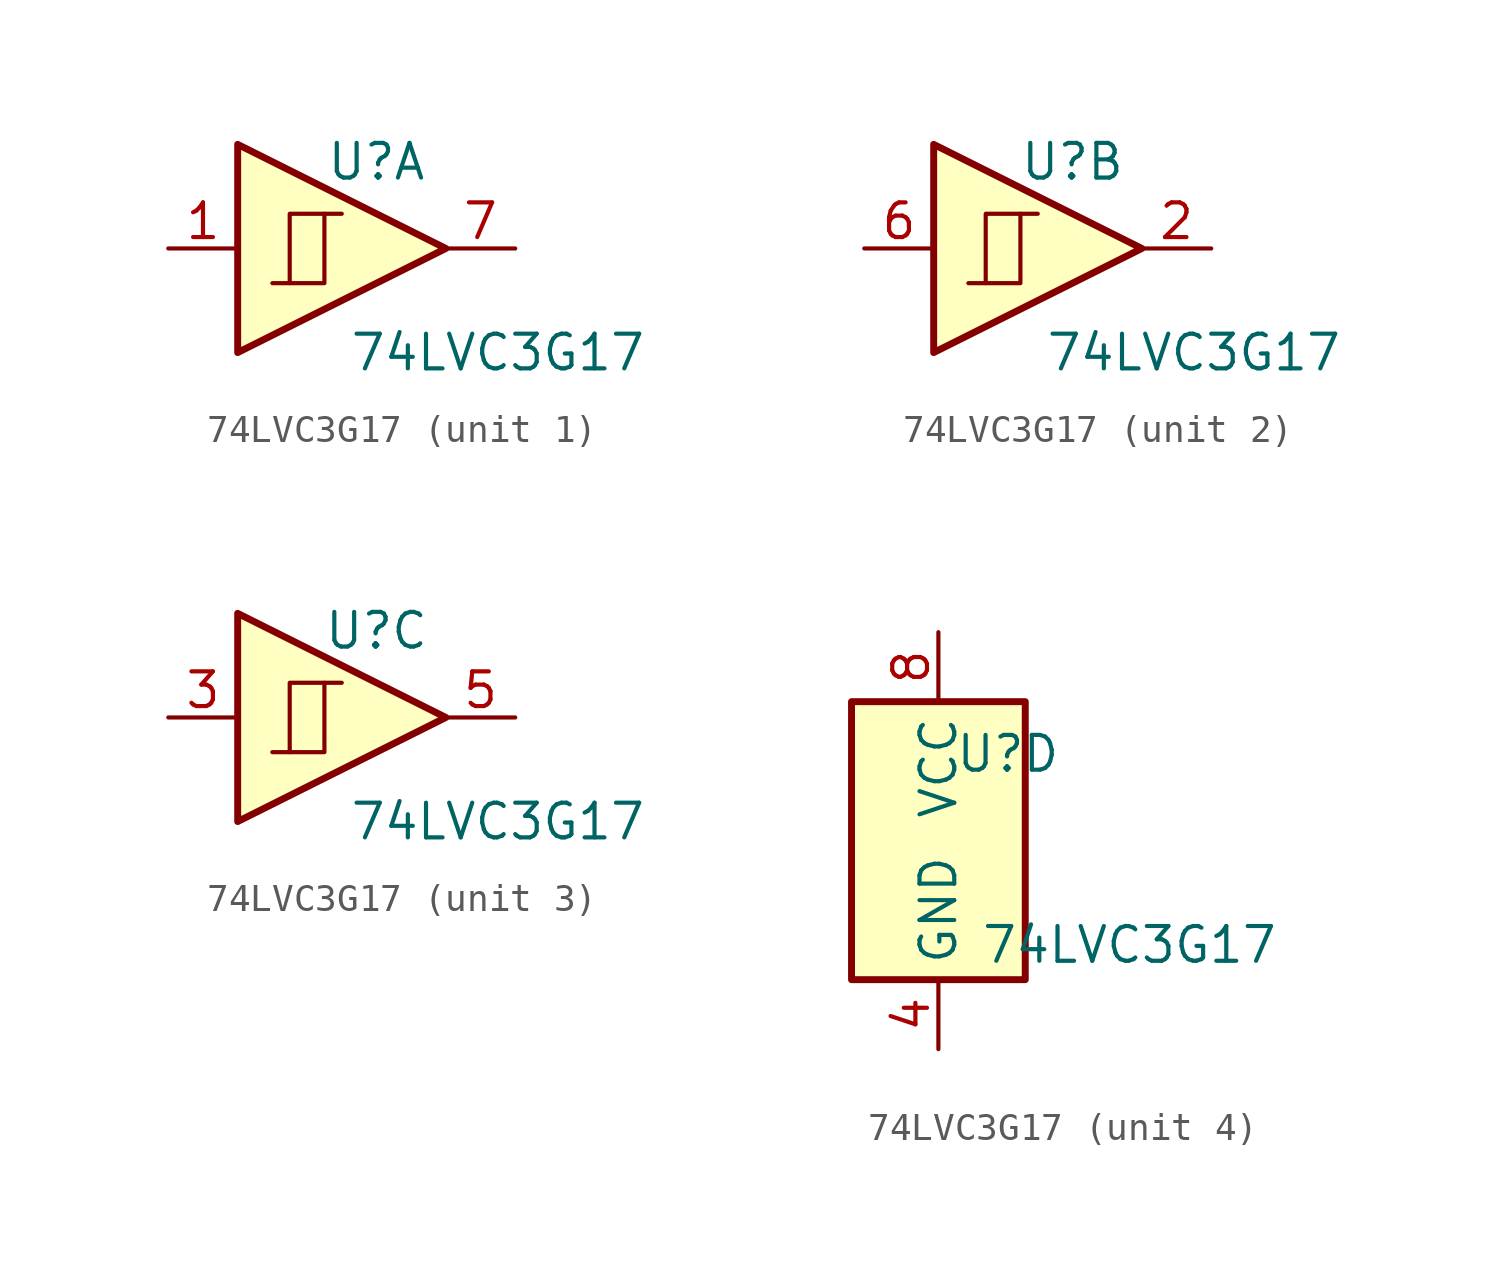
<source format=kicad_sym>
(kicad_symbol_lib
  (version 20220914)
  (generator kicad_symbol_editor)
  (symbol "74LVC3G17"
    (property "Reference" "U"
      (at 2.54 3.175 0)
      (effects (font (size 1.27 1.27))))
    (property "Value" "74LVC3G17"
      (at 6.985 -3.81 0)
      (effects (font (size 1.27 1.27))))
    (symbol "74LVC3G17_1_0"
      (polyline (pts (xy -2.54 3.81) (xy -2.54 -3.81) (xy 5.08 0) (xy -2.54 3.81)) (stroke (width 0.254) (type default)) (fill (type background))))
    (symbol "74LVC3G17_1_1"
      (polyline (pts (xy -0.635 -1.27) (xy -0.635 1.27) (xy 0.635 1.27)) (stroke (width 0) (type default)) (fill (type none)))
      (polyline (pts (xy -1.27 -1.27) (xy 0.635 -1.27) (xy 0.635 1.27) (xy 1.27 1.27)) (stroke (width 0) (type default)) (fill (type none)))
      (pin input line (at -5.08 0 0) (length 2.54) (name "~" (effects (font (size 1.27 1.27)))) (number "1" (effects (font (size 1.27 1.27)))))
      (pin output line (at 7.62 0 180) (length 2.54) (name "~" (effects (font (size 1.27 1.27)))) (number "7" (effects (font (size 1.27 1.27))))))
    (symbol "74LVC3G17_2_0"
      (polyline (pts (xy -2.54 3.81) (xy -2.54 -3.81) (xy 5.08 0) (xy -2.54 3.81)) (stroke (width 0.254) (type default)) (fill (type background))))
    (symbol "74LVC3G17_2_1"
      (polyline (pts (xy -0.635 -1.27) (xy -0.635 1.27) (xy 0.635 1.27)) (stroke (width 0) (type default)) (fill (type none)))
      (polyline (pts (xy -1.27 -1.27) (xy 0.635 -1.27) (xy 0.635 1.27) (xy 1.27 1.27)) (stroke (width 0) (type default)) (fill (type none)))
      (pin output line (at 7.62 0 180) (length 2.54) (name "~" (effects (font (size 1.27 1.27)))) (number "2" (effects (font (size 1.27 1.27)))))
      (pin input line (at -5.08 0 0) (length 2.54) (name "~" (effects (font (size 1.27 1.27)))) (number "6" (effects (font (size 1.27 1.27))))))
    (symbol "74LVC3G17_3_0"
      (polyline (pts (xy -2.54 3.81) (xy -2.54 -3.81) (xy 5.08 0) (xy -2.54 3.81)) (stroke (width 0.254) (type default)) (fill (type background))))
    (symbol "74LVC3G17_3_1"
      (polyline (pts (xy -0.635 -1.27) (xy -0.635 1.27) (xy 0.635 1.27)) (stroke (width 0) (type default)) (fill (type none)))
      (polyline (pts (xy -1.27 -1.27) (xy 0.635 -1.27) (xy 0.635 1.27) (xy 1.27 1.27)) (stroke (width 0) (type default)) (fill (type none)))
      (pin input line (at -5.08 0 0) (length 2.54) (name "~" (effects (font (size 1.27 1.27)))) (number "3" (effects (font (size 1.27 1.27)))))
      (pin output line (at 7.62 0 180) (length 2.54) (name "~" (effects (font (size 1.27 1.27)))) (number "5" (effects (font (size 1.27 1.27))))))
    (symbol "74LVC3G17_4_0"
      (rectangle (start -3.175 5.08) (end 3.175 -5.08) (stroke (width 0.254) (type default)) (fill (type background))))
    (symbol "74LVC3G17_4_1"
      (pin power_in line (at 0 -7.62 90) (length 2.54) (name "GND" (effects (font (size 1.27 1.27)))) (number "4" (effects (font (size 1.27 1.27)))))
      (pin power_in line (at 0 7.62 270) (length 2.54) (name "VCC" (effects (font (size 1.27 1.27)))) (number "8" (effects (font (size 1.27 1.27))))))))
</source>
